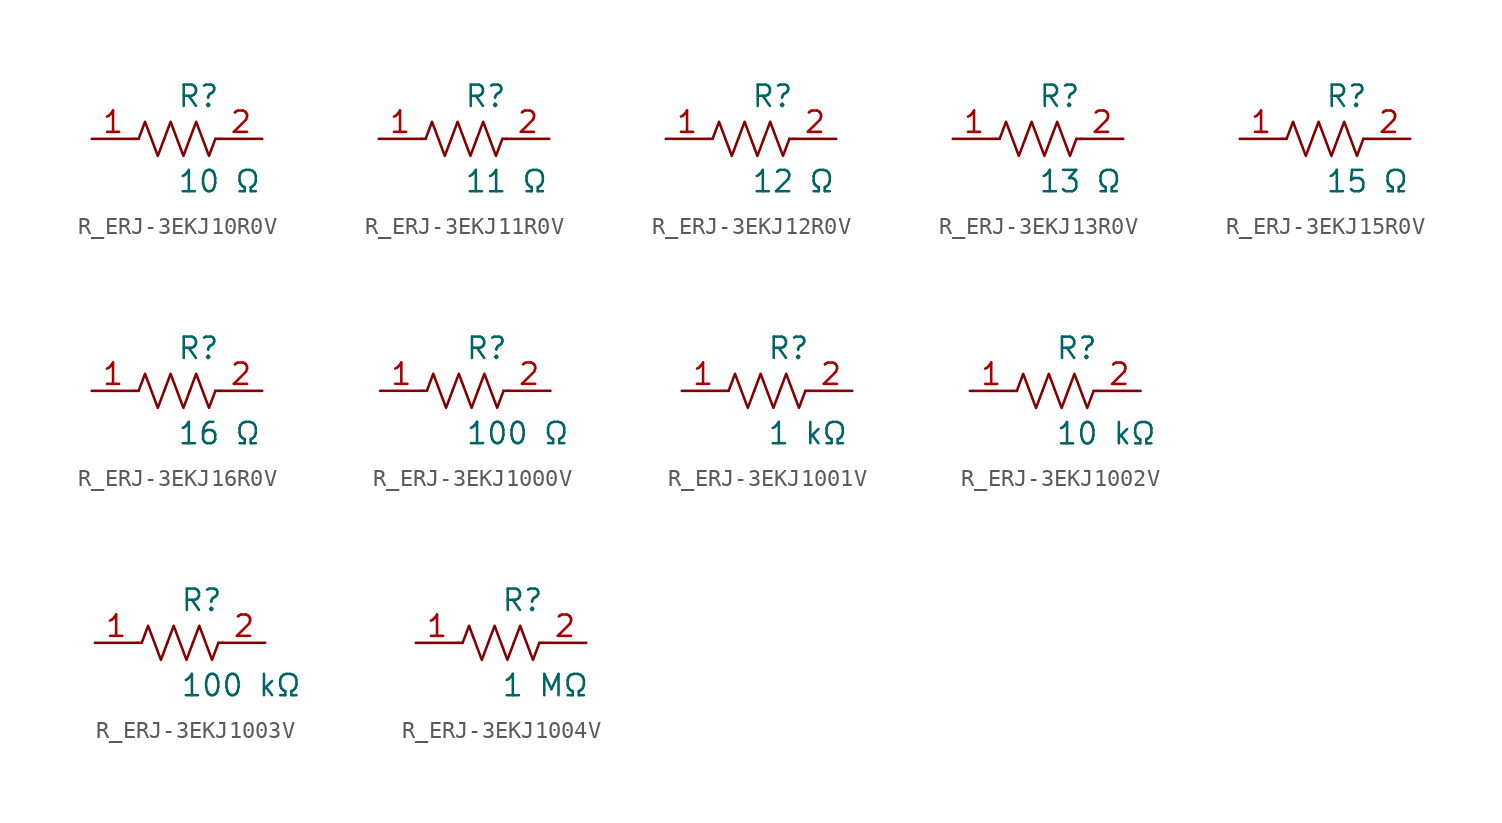
<source format=kicad_sym>
(kicad_symbol_lib
  (version 20231120)
  (generator kicad_symbol_editor)
  (generator_version 8.0)
  (symbol "R_ERJ-3EKJ10R0V"
    (pin_names
      (offset 0.254))
    (property "Reference" "R"
      (at 0.0 2.54 0)
      (effects (font (size 1.27 1.27)) (justify left)))
    (property "Value" "10 Ω"
      (at 0.0 -2.54 0)
      (effects (font (size 1.27 1.27)) (justify left)))
    (symbol "R_ERJ-3EKJ10R0V_0_1"
      (polyline (pts (xy 2.286 0) (xy 2.54 0)) (stroke (width 0) (type default)) (fill (type none)))
      (polyline (pts (xy -2.286 0) (xy -2.54 0)) (stroke (width 0) (type default)) (fill (type none)))
      (polyline (pts (xy 0.762 0) (xy 1.143 1.016) (xy 1.524 0) (xy 1.905 -1.016) (xy 2.286 0)) (stroke (width 0) (type default)) (fill (type none)))
      (polyline (pts (xy -0.762 0) (xy -0.381 1.016) (xy 0 0) (xy 0.381 -1.016) (xy 0.762 0)) (stroke (width 0) (type default)) (fill (type none)))
      (polyline (pts (xy -2.286 0) (xy -1.905 1.016) (xy -1.524 0) (xy -1.143 -1.016) (xy -0.762 0)) (stroke (width 0) (type default)) (fill (type none))))
    (pin unspecified line
      (at -5.08 0 0)
      (length 2.54)
      (name "" (effects (font (size 1.27 1.27))))
      (number "1" (effects (font (size 1.27 1.27)))))
    (pin unspecified line
      (at 5.08 0 180)
      (length 2.54)
      (name "" (effects (font (size 1.27 1.27))))
      (number "2" (effects (font (size 1.27 1.27))))))
  (symbol "R_ERJ-3EKJ11R0V"
    (pin_names
      (offset 0.254))
    (property "Reference" "R"
      (at 0.0 2.54 0)
      (effects (font (size 1.27 1.27)) (justify left)))
    (property "Value" "11 Ω"
      (at 0.0 -2.54 0)
      (effects (font (size 1.27 1.27)) (justify left)))
    (symbol "R_ERJ-3EKJ11R0V_0_1"
      (polyline (pts (xy 2.286 0) (xy 2.54 0)) (stroke (width 0) (type default)) (fill (type none)))
      (polyline (pts (xy -2.286 0) (xy -2.54 0)) (stroke (width 0) (type default)) (fill (type none)))
      (polyline (pts (xy 0.762 0) (xy 1.143 1.016) (xy 1.524 0) (xy 1.905 -1.016) (xy 2.286 0)) (stroke (width 0) (type default)) (fill (type none)))
      (polyline (pts (xy -0.762 0) (xy -0.381 1.016) (xy 0 0) (xy 0.381 -1.016) (xy 0.762 0)) (stroke (width 0) (type default)) (fill (type none)))
      (polyline (pts (xy -2.286 0) (xy -1.905 1.016) (xy -1.524 0) (xy -1.143 -1.016) (xy -0.762 0)) (stroke (width 0) (type default)) (fill (type none))))
    (pin unspecified line
      (at -5.08 0 0)
      (length 2.54)
      (name "" (effects (font (size 1.27 1.27))))
      (number "1" (effects (font (size 1.27 1.27)))))
    (pin unspecified line
      (at 5.08 0 180)
      (length 2.54)
      (name "" (effects (font (size 1.27 1.27))))
      (number "2" (effects (font (size 1.27 1.27))))))
  (symbol "R_ERJ-3EKJ12R0V"
    (pin_names
      (offset 0.254))
    (property "Reference" "R"
      (at 0.0 2.54 0)
      (effects (font (size 1.27 1.27)) (justify left)))
    (property "Value" "12 Ω"
      (at 0.0 -2.54 0)
      (effects (font (size 1.27 1.27)) (justify left)))
    (symbol "R_ERJ-3EKJ12R0V_0_1"
      (polyline (pts (xy 2.286 0) (xy 2.54 0)) (stroke (width 0) (type default)) (fill (type none)))
      (polyline (pts (xy -2.286 0) (xy -2.54 0)) (stroke (width 0) (type default)) (fill (type none)))
      (polyline (pts (xy 0.762 0) (xy 1.143 1.016) (xy 1.524 0) (xy 1.905 -1.016) (xy 2.286 0)) (stroke (width 0) (type default)) (fill (type none)))
      (polyline (pts (xy -0.762 0) (xy -0.381 1.016) (xy 0 0) (xy 0.381 -1.016) (xy 0.762 0)) (stroke (width 0) (type default)) (fill (type none)))
      (polyline (pts (xy -2.286 0) (xy -1.905 1.016) (xy -1.524 0) (xy -1.143 -1.016) (xy -0.762 0)) (stroke (width 0) (type default)) (fill (type none))))
    (pin unspecified line
      (at -5.08 0 0)
      (length 2.54)
      (name "" (effects (font (size 1.27 1.27))))
      (number "1" (effects (font (size 1.27 1.27)))))
    (pin unspecified line
      (at 5.08 0 180)
      (length 2.54)
      (name "" (effects (font (size 1.27 1.27))))
      (number "2" (effects (font (size 1.27 1.27))))))
  (symbol "R_ERJ-3EKJ13R0V"
    (pin_names
      (offset 0.254))
    (property "Reference" "R"
      (at 0.0 2.54 0)
      (effects (font (size 1.27 1.27)) (justify left)))
    (property "Value" "13 Ω"
      (at 0.0 -2.54 0)
      (effects (font (size 1.27 1.27)) (justify left)))
    (symbol "R_ERJ-3EKJ13R0V_0_1"
      (polyline (pts (xy 2.286 0) (xy 2.54 0)) (stroke (width 0) (type default)) (fill (type none)))
      (polyline (pts (xy -2.286 0) (xy -2.54 0)) (stroke (width 0) (type default)) (fill (type none)))
      (polyline (pts (xy 0.762 0) (xy 1.143 1.016) (xy 1.524 0) (xy 1.905 -1.016) (xy 2.286 0)) (stroke (width 0) (type default)) (fill (type none)))
      (polyline (pts (xy -0.762 0) (xy -0.381 1.016) (xy 0 0) (xy 0.381 -1.016) (xy 0.762 0)) (stroke (width 0) (type default)) (fill (type none)))
      (polyline (pts (xy -2.286 0) (xy -1.905 1.016) (xy -1.524 0) (xy -1.143 -1.016) (xy -0.762 0)) (stroke (width 0) (type default)) (fill (type none))))
    (pin unspecified line
      (at -5.08 0 0)
      (length 2.54)
      (name "" (effects (font (size 1.27 1.27))))
      (number "1" (effects (font (size 1.27 1.27)))))
    (pin unspecified line
      (at 5.08 0 180)
      (length 2.54)
      (name "" (effects (font (size 1.27 1.27))))
      (number "2" (effects (font (size 1.27 1.27))))))
  (symbol "R_ERJ-3EKJ15R0V"
    (pin_names
      (offset 0.254))
    (property "Reference" "R"
      (at 0.0 2.54 0)
      (effects (font (size 1.27 1.27)) (justify left)))
    (property "Value" "15 Ω"
      (at 0.0 -2.54 0)
      (effects (font (size 1.27 1.27)) (justify left)))
    (symbol "R_ERJ-3EKJ15R0V_0_1"
      (polyline (pts (xy 2.286 0) (xy 2.54 0)) (stroke (width 0) (type default)) (fill (type none)))
      (polyline (pts (xy -2.286 0) (xy -2.54 0)) (stroke (width 0) (type default)) (fill (type none)))
      (polyline (pts (xy 0.762 0) (xy 1.143 1.016) (xy 1.524 0) (xy 1.905 -1.016) (xy 2.286 0)) (stroke (width 0) (type default)) (fill (type none)))
      (polyline (pts (xy -0.762 0) (xy -0.381 1.016) (xy 0 0) (xy 0.381 -1.016) (xy 0.762 0)) (stroke (width 0) (type default)) (fill (type none)))
      (polyline (pts (xy -2.286 0) (xy -1.905 1.016) (xy -1.524 0) (xy -1.143 -1.016) (xy -0.762 0)) (stroke (width 0) (type default)) (fill (type none))))
    (pin unspecified line
      (at -5.08 0 0)
      (length 2.54)
      (name "" (effects (font (size 1.27 1.27))))
      (number "1" (effects (font (size 1.27 1.27)))))
    (pin unspecified line
      (at 5.08 0 180)
      (length 2.54)
      (name "" (effects (font (size 1.27 1.27))))
      (number "2" (effects (font (size 1.27 1.27))))))
  (symbol "R_ERJ-3EKJ16R0V"
    (pin_names
      (offset 0.254))
    (property "Reference" "R"
      (at 0.0 2.54 0)
      (effects (font (size 1.27 1.27)) (justify left)))
    (property "Value" "16 Ω"
      (at 0.0 -2.54 0)
      (effects (font (size 1.27 1.27)) (justify left)))
    (symbol "R_ERJ-3EKJ16R0V_0_1"
      (polyline (pts (xy 2.286 0) (xy 2.54 0)) (stroke (width 0) (type default)) (fill (type none)))
      (polyline (pts (xy -2.286 0) (xy -2.54 0)) (stroke (width 0) (type default)) (fill (type none)))
      (polyline (pts (xy 0.762 0) (xy 1.143 1.016) (xy 1.524 0) (xy 1.905 -1.016) (xy 2.286 0)) (stroke (width 0) (type default)) (fill (type none)))
      (polyline (pts (xy -0.762 0) (xy -0.381 1.016) (xy 0 0) (xy 0.381 -1.016) (xy 0.762 0)) (stroke (width 0) (type default)) (fill (type none)))
      (polyline (pts (xy -2.286 0) (xy -1.905 1.016) (xy -1.524 0) (xy -1.143 -1.016) (xy -0.762 0)) (stroke (width 0) (type default)) (fill (type none))))
    (pin unspecified line
      (at -5.08 0 0)
      (length 2.54)
      (name "" (effects (font (size 1.27 1.27))))
      (number "1" (effects (font (size 1.27 1.27)))))
    (pin unspecified line
      (at 5.08 0 180)
      (length 2.54)
      (name "" (effects (font (size 1.27 1.27))))
      (number "2" (effects (font (size 1.27 1.27))))))
  (symbol "R_ERJ-3EKJ1000V"
    (pin_names
      (offset 0.254))
    (property "Reference" "R"
      (at 0.0 2.54 0)
      (effects (font (size 1.27 1.27)) (justify left)))
    (property "Value" "100 Ω"
      (at 0.0 -2.54 0)
      (effects (font (size 1.27 1.27)) (justify left)))
    (symbol "R_ERJ-3EKJ1000V_0_1"
      (polyline (pts (xy 2.286 0) (xy 2.54 0)) (stroke (width 0) (type default)) (fill (type none)))
      (polyline (pts (xy -2.286 0) (xy -2.54 0)) (stroke (width 0) (type default)) (fill (type none)))
      (polyline (pts (xy 0.762 0) (xy 1.143 1.016) (xy 1.524 0) (xy 1.905 -1.016) (xy 2.286 0)) (stroke (width 0) (type default)) (fill (type none)))
      (polyline (pts (xy -0.762 0) (xy -0.381 1.016) (xy 0 0) (xy 0.381 -1.016) (xy 0.762 0)) (stroke (width 0) (type default)) (fill (type none)))
      (polyline (pts (xy -2.286 0) (xy -1.905 1.016) (xy -1.524 0) (xy -1.143 -1.016) (xy -0.762 0)) (stroke (width 0) (type default)) (fill (type none))))
    (pin unspecified line
      (at -5.08 0 0)
      (length 2.54)
      (name "" (effects (font (size 1.27 1.27))))
      (number "1" (effects (font (size 1.27 1.27)))))
    (pin unspecified line
      (at 5.08 0 180)
      (length 2.54)
      (name "" (effects (font (size 1.27 1.27))))
      (number "2" (effects (font (size 1.27 1.27))))))
  (symbol "R_ERJ-3EKJ1001V"
    (pin_names
      (offset 0.254))
    (property "Reference" "R"
      (at 0.0 2.54 0)
      (effects (font (size 1.27 1.27)) (justify left)))
    (property "Value" "1 kΩ"
      (at 0.0 -2.54 0)
      (effects (font (size 1.27 1.27)) (justify left)))
    (symbol "R_ERJ-3EKJ1001V_0_1"
      (polyline (pts (xy 2.286 0) (xy 2.54 0)) (stroke (width 0) (type default)) (fill (type none)))
      (polyline (pts (xy -2.286 0) (xy -2.54 0)) (stroke (width 0) (type default)) (fill (type none)))
      (polyline (pts (xy 0.762 0) (xy 1.143 1.016) (xy 1.524 0) (xy 1.905 -1.016) (xy 2.286 0)) (stroke (width 0) (type default)) (fill (type none)))
      (polyline (pts (xy -0.762 0) (xy -0.381 1.016) (xy 0 0) (xy 0.381 -1.016) (xy 0.762 0)) (stroke (width 0) (type default)) (fill (type none)))
      (polyline (pts (xy -2.286 0) (xy -1.905 1.016) (xy -1.524 0) (xy -1.143 -1.016) (xy -0.762 0)) (stroke (width 0) (type default)) (fill (type none))))
    (pin unspecified line
      (at -5.08 0 0)
      (length 2.54)
      (name "" (effects (font (size 1.27 1.27))))
      (number "1" (effects (font (size 1.27 1.27)))))
    (pin unspecified line
      (at 5.08 0 180)
      (length 2.54)
      (name "" (effects (font (size 1.27 1.27))))
      (number "2" (effects (font (size 1.27 1.27))))))
  (symbol "R_ERJ-3EKJ1002V"
    (pin_names
      (offset 0.254))
    (property "Reference" "R"
      (at 0.0 2.54 0)
      (effects (font (size 1.27 1.27)) (justify left)))
    (property "Value" "10 kΩ"
      (at 0.0 -2.54 0)
      (effects (font (size 1.27 1.27)) (justify left)))
    (symbol "R_ERJ-3EKJ1002V_0_1"
      (polyline (pts (xy 2.286 0) (xy 2.54 0)) (stroke (width 0) (type default)) (fill (type none)))
      (polyline (pts (xy -2.286 0) (xy -2.54 0)) (stroke (width 0) (type default)) (fill (type none)))
      (polyline (pts (xy 0.762 0) (xy 1.143 1.016) (xy 1.524 0) (xy 1.905 -1.016) (xy 2.286 0)) (stroke (width 0) (type default)) (fill (type none)))
      (polyline (pts (xy -0.762 0) (xy -0.381 1.016) (xy 0 0) (xy 0.381 -1.016) (xy 0.762 0)) (stroke (width 0) (type default)) (fill (type none)))
      (polyline (pts (xy -2.286 0) (xy -1.905 1.016) (xy -1.524 0) (xy -1.143 -1.016) (xy -0.762 0)) (stroke (width 0) (type default)) (fill (type none))))
    (pin unspecified line
      (at -5.08 0 0)
      (length 2.54)
      (name "" (effects (font (size 1.27 1.27))))
      (number "1" (effects (font (size 1.27 1.27)))))
    (pin unspecified line
      (at 5.08 0 180)
      (length 2.54)
      (name "" (effects (font (size 1.27 1.27))))
      (number "2" (effects (font (size 1.27 1.27))))))
  (symbol "R_ERJ-3EKJ1003V"
    (pin_names
      (offset 0.254))
    (property "Reference" "R"
      (at 0.0 2.54 0)
      (effects (font (size 1.27 1.27)) (justify left)))
    (property "Value" "100 kΩ"
      (at 0.0 -2.54 0)
      (effects (font (size 1.27 1.27)) (justify left)))
    (symbol "R_ERJ-3EKJ1003V_0_1"
      (polyline (pts (xy 2.286 0) (xy 2.54 0)) (stroke (width 0) (type default)) (fill (type none)))
      (polyline (pts (xy -2.286 0) (xy -2.54 0)) (stroke (width 0) (type default)) (fill (type none)))
      (polyline (pts (xy 0.762 0) (xy 1.143 1.016) (xy 1.524 0) (xy 1.905 -1.016) (xy 2.286 0)) (stroke (width 0) (type default)) (fill (type none)))
      (polyline (pts (xy -0.762 0) (xy -0.381 1.016) (xy 0 0) (xy 0.381 -1.016) (xy 0.762 0)) (stroke (width 0) (type default)) (fill (type none)))
      (polyline (pts (xy -2.286 0) (xy -1.905 1.016) (xy -1.524 0) (xy -1.143 -1.016) (xy -0.762 0)) (stroke (width 0) (type default)) (fill (type none))))
    (pin unspecified line
      (at -5.08 0 0)
      (length 2.54)
      (name "" (effects (font (size 1.27 1.27))))
      (number "1" (effects (font (size 1.27 1.27)))))
    (pin unspecified line
      (at 5.08 0 180)
      (length 2.54)
      (name "" (effects (font (size 1.27 1.27))))
      (number "2" (effects (font (size 1.27 1.27))))))
  (symbol "R_ERJ-3EKJ1004V"
    (pin_names
      (offset 0.254))
    (property "Reference" "R"
      (at 0.0 2.54 0)
      (effects (font (size 1.27 1.27)) (justify left)))
    (property "Value" "1 MΩ"
      (at 0.0 -2.54 0)
      (effects (font (size 1.27 1.27)) (justify left)))
    (symbol "R_ERJ-3EKJ1004V_0_1"
      (polyline (pts (xy 2.286 0) (xy 2.54 0)) (stroke (width 0) (type default)) (fill (type none)))
      (polyline (pts (xy -2.286 0) (xy -2.54 0)) (stroke (width 0) (type default)) (fill (type none)))
      (polyline (pts (xy 0.762 0) (xy 1.143 1.016) (xy 1.524 0) (xy 1.905 -1.016) (xy 2.286 0)) (stroke (width 0) (type default)) (fill (type none)))
      (polyline (pts (xy -0.762 0) (xy -0.381 1.016) (xy 0 0) (xy 0.381 -1.016) (xy 0.762 0)) (stroke (width 0) (type default)) (fill (type none)))
      (polyline (pts (xy -2.286 0) (xy -1.905 1.016) (xy -1.524 0) (xy -1.143 -1.016) (xy -0.762 0)) (stroke (width 0) (type default)) (fill (type none))))
    (pin unspecified line
      (at -5.08 0 0)
      (length 2.54)
      (name "" (effects (font (size 1.27 1.27))))
      (number "1" (effects (font (size 1.27 1.27)))))
    (pin unspecified line
      (at 5.08 0 180)
      (length 2.54)
      (name "" (effects (font (size 1.27 1.27))))
      (number "2" (effects (font (size 1.27 1.27)))))))
</source>
